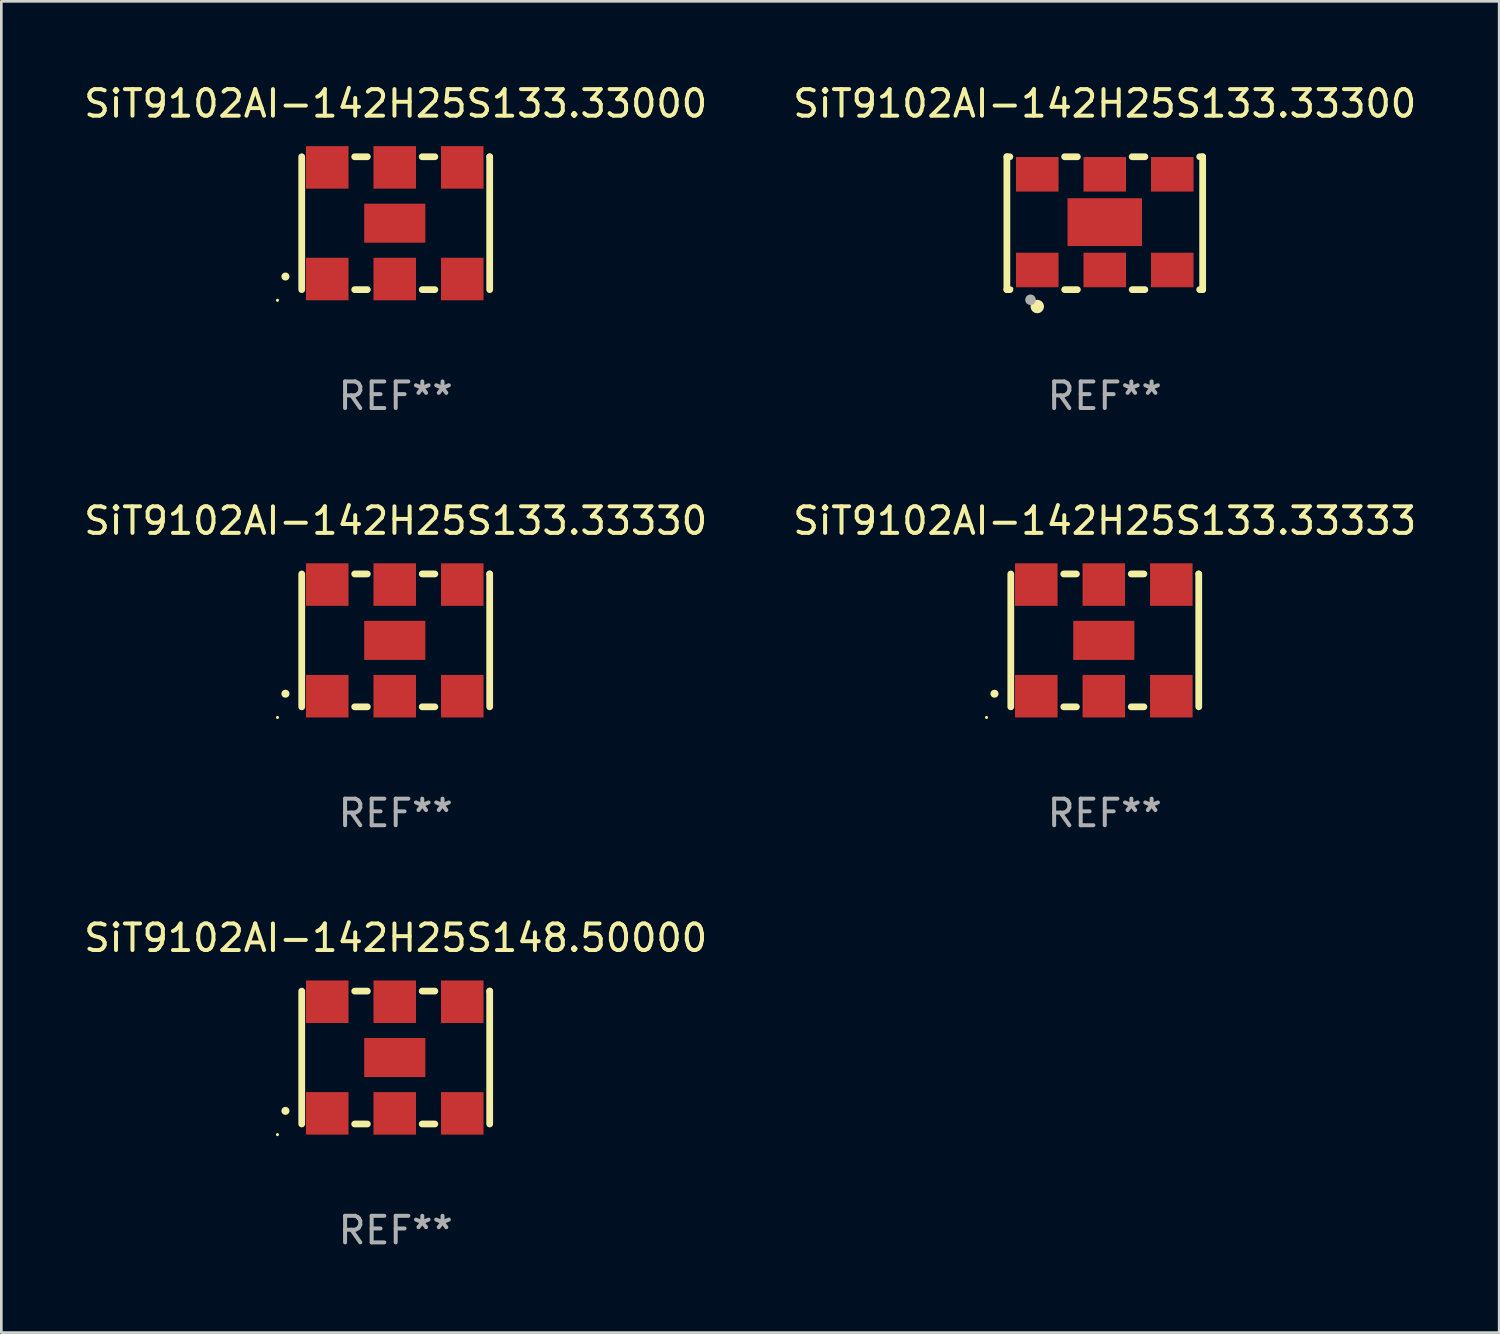
<source format=kicad_pcb>
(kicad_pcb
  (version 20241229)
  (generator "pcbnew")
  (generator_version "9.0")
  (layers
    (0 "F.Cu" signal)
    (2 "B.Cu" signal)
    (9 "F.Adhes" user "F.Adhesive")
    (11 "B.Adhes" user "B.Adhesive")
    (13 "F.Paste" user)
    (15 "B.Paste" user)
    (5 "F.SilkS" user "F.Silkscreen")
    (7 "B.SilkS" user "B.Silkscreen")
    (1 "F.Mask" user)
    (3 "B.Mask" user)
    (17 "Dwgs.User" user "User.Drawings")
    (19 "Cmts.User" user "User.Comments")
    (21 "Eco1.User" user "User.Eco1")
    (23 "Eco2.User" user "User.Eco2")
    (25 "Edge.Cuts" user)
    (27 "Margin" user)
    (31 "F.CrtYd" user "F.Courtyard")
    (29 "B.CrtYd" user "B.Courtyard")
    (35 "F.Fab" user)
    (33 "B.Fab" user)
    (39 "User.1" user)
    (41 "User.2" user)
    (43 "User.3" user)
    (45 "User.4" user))
  (footprint "SiT9102AI-142H25S133.33300"
    (layer "F.Cu")
    (at 38.518 5.348)
    (property "Reference" "SiT9102AI-142H25S133.33300" (at 0 -4.5 0) (layer "F.SilkS") (effects (font (size 1 1) (thickness 0.15))))
    (attr through_hole)
    (fp_line (start -3.683 -2.5) (end -3.571 -2.5) (stroke (width 0.254) (type solid)) (layer "F.SilkS"))
    (fp_line (start -3.683 2.5) (end -3.683 -2.5) (stroke (width 0.254) (type solid)) (layer "F.SilkS"))
    (fp_line (start -3.683 2.5) (end -3.571 2.5) (stroke (width 0.254) (type solid)) (layer "F.SilkS"))
    (fp_line (start -1.509 -2.5) (end -1.031 -2.5) (stroke (width 0.254) (type solid)) (layer "F.SilkS"))
    (fp_line (start -1.509 2.5) (end -1.031 2.5) (stroke (width 0.254) (type solid)) (layer "F.SilkS"))
    (fp_line (start 1.031 -2.5) (end 1.509 -2.5) (stroke (width 0.254) (type solid)) (layer "F.SilkS"))
    (fp_line (start 1.031 2.5) (end 1.509 2.5) (stroke (width 0.254) (type solid)) (layer "F.SilkS"))
    (fp_line (start 3.571 -2.5) (end 3.683 -2.5) (stroke (width 0.254) (type solid)) (layer "F.SilkS"))
    (fp_line (start 3.571 2.5) (end 3.683 2.5) (stroke (width 0.254) (type solid)) (layer "F.SilkS"))
    (fp_line (start 3.683 2.5) (end 3.683 -2.5) (stroke (width 0.254) (type solid)) (layer "F.SilkS"))
    (fp_circle (center -3.5 2.46) (end -3.47 2.46) (stroke (width 0.06) (type solid)) (fill no) (layer "F.SilkS"))
    (fp_circle (center -2.54 3.135) (end -2.413 3.135) (stroke (width 0.254) (type solid)) (fill no) (layer "F.SilkS"))
    (fp_circle (center -2.794 2.881) (end -2.694 2.881) (stroke (width 0.2) (type solid)) (fill no) (layer "F.Fab"))
    (fp_text user "REF**" (at 0 6.5 0) (layer "F.Fab") (effects (font (size 1 1) (thickness 0.15))))
    (pad "1" smd rect (at -2.54 1.76) (size 1.6 1.3) (layers "F.Cu" "F.Mask" "F.Paste"))
    (pad "2" smd rect (at 0 1.76) (size 1.6 1.3) (layers "F.Cu" "F.Mask" "F.Paste"))
    (pad "3" smd rect (at 2.54 1.76) (size 1.6 1.3) (layers "F.Cu" "F.Mask" "F.Paste"))
    (pad "4" smd rect (at 2.54 -1.84) (size 1.6 1.3) (layers "F.Cu" "F.Mask" "F.Paste"))
    (pad "5" smd rect (at 0 -1.84) (size 1.6 1.3) (layers "F.Cu" "F.Mask" "F.Paste"))
    (pad "6" smd rect (at -2.54 -1.84) (size 1.6 1.3) (layers "F.Cu" "F.Mask" "F.Paste"))
    (pad "7" smd rect (at 0 -0.04) (size 2.8 1.8) (layers "F.Cu" "F.Mask" "F.Paste")))
  (footprint "SiT9102AI-142H25S133.33333"
    (layer "F.Cu")
    (at 38.518 21.045)
    (property "Reference" "SiT9102AI-142H25S133.33333" (at 0 -4.5 0) (layer "F.SilkS") (effects (font (size 1 1) (thickness 0.15))))
    (attr through_hole)
    (fp_line (start -3.536 -2.5) (end -3.536 2.5) (stroke (width 0.254) (type solid)) (layer "F.SilkS"))
    (fp_line (start -1.544 2.5) (end -1.067 2.5) (stroke (width 0.254) (type solid)) (layer "F.SilkS"))
    (fp_line (start -1.067 -2.5) (end -1.544 -2.5) (stroke (width 0.254) (type solid)) (layer "F.SilkS"))
    (fp_line (start 0.996 2.5) (end 1.473 2.5) (stroke (width 0.254) (type solid)) (layer "F.SilkS"))
    (fp_line (start 1.473 -2.5) (end 0.996 -2.5) (stroke (width 0.254) (type solid)) (layer "F.SilkS"))
    (fp_line (start 3.536 -2.5) (end 3.536 -2.5) (stroke (width 0.254) (type solid)) (layer "F.SilkS"))
    (fp_line (start 3.536 2.5) (end 3.536 -2.5) (stroke (width 0.254) (type solid)) (layer "F.SilkS"))
    (fp_arc (start -4.150432 2.006604) (mid -4.149162 2.006599) (end -4.147892 2.006604) (stroke (width 0.3) (type solid)) (layer "F.SilkS"))
    (fp_circle (center -4.449 2.9) (end -4.419 2.9) (stroke (width 0.06) (type solid)) (fill no) (layer "F.SilkS"))
    (fp_text user "REF**" (at 0 6.5 0) (layer "F.Fab") (effects (font (size 1 1) (thickness 0.15))))
    (pad "1" smd rect (at -2.576 2.1) (size 1.6 1.6) (layers "F.Cu" "F.Mask" "F.Paste"))
    (pad "2" smd rect (at -0.036 2.1) (size 1.6 1.6) (layers "F.Cu" "F.Mask" "F.Paste"))
    (pad "3" smd rect (at 2.504 2.1) (size 1.6 1.6) (layers "F.Cu" "F.Mask" "F.Paste"))
    (pad "4" smd rect (at 2.504 -2.1) (size 1.6 1.6) (layers "F.Cu" "F.Mask" "F.Paste"))
    (pad "5" smd rect (at -0.036 -2.1) (size 1.6 1.6) (layers "F.Cu" "F.Mask" "F.Paste"))
    (pad "6" smd rect (at -2.576 -2.1) (size 1.6 1.6) (layers "F.Cu" "F.Mask" "F.Paste"))
    (pad "7" smd rect (at -0.036 0) (size 2.3 1.47) (layers "F.Cu" "F.Mask" "F.Paste")))
  (footprint "SiT9102AI-142H25S133.33330"
    (layer "F.Cu")
    (at 11.839 21.045)
    (property "Reference" "SiT9102AI-142H25S133.33330" (at 0 -4.5 0) (layer "F.SilkS") (effects (font (size 1 1) (thickness 0.15))))
    (attr through_hole)
    (fp_line (start -3.536 -2.5) (end -3.536 2.5) (stroke (width 0.254) (type solid)) (layer "F.SilkS"))
    (fp_line (start -1.544 2.5) (end -1.067 2.5) (stroke (width 0.254) (type solid)) (layer "F.SilkS"))
    (fp_line (start -1.067 -2.5) (end -1.544 -2.5) (stroke (width 0.254) (type solid)) (layer "F.SilkS"))
    (fp_line (start 0.996 2.5) (end 1.473 2.5) (stroke (width 0.254) (type solid)) (layer "F.SilkS"))
    (fp_line (start 1.473 -2.5) (end 0.996 -2.5) (stroke (width 0.254) (type solid)) (layer "F.SilkS"))
    (fp_line (start 3.536 -2.5) (end 3.536 -2.5) (stroke (width 0.254) (type solid)) (layer "F.SilkS"))
    (fp_line (start 3.536 2.5) (end 3.536 -2.5) (stroke (width 0.254) (type solid)) (layer "F.SilkS"))
    (fp_arc (start -4.150432 2.006604) (mid -4.149162 2.006599) (end -4.147892 2.006604) (stroke (width 0.3) (type solid)) (layer "F.SilkS"))
    (fp_circle (center -4.449 2.9) (end -4.419 2.9) (stroke (width 0.06) (type solid)) (fill no) (layer "F.SilkS"))
    (fp_text user "REF**" (at 0 6.5 0) (layer "F.Fab") (effects (font (size 1 1) (thickness 0.15))))
    (pad "1" smd rect (at -2.576 2.1) (size 1.6 1.6) (layers "F.Cu" "F.Mask" "F.Paste"))
    (pad "2" smd rect (at -0.036 2.1) (size 1.6 1.6) (layers "F.Cu" "F.Mask" "F.Paste"))
    (pad "3" smd rect (at 2.504 2.1) (size 1.6 1.6) (layers "F.Cu" "F.Mask" "F.Paste"))
    (pad "4" smd rect (at 2.504 -2.1) (size 1.6 1.6) (layers "F.Cu" "F.Mask" "F.Paste"))
    (pad "5" smd rect (at -0.036 -2.1) (size 1.6 1.6) (layers "F.Cu" "F.Mask" "F.Paste"))
    (pad "6" smd rect (at -2.576 -2.1) (size 1.6 1.6) (layers "F.Cu" "F.Mask" "F.Paste"))
    (pad "7" smd rect (at -0.036 0) (size 2.3 1.47) (layers "F.Cu" "F.Mask" "F.Paste")))
  (footprint "SiT9102AI-142H25S148.50000"
    (layer "F.Cu")
    (at 11.839 36.741)
    (property "Reference" "SiT9102AI-142H25S148.50000" (at 0 -4.5 0) (layer "F.SilkS") (effects (font (size 1 1) (thickness 0.15))))
    (attr through_hole)
    (fp_line (start -3.536 -2.5) (end -3.536 2.5) (stroke (width 0.254) (type solid)) (layer "F.SilkS"))
    (fp_line (start -1.544 2.5) (end -1.067 2.5) (stroke (width 0.254) (type solid)) (layer "F.SilkS"))
    (fp_line (start -1.067 -2.5) (end -1.544 -2.5) (stroke (width 0.254) (type solid)) (layer "F.SilkS"))
    (fp_line (start 0.996 2.5) (end 1.473 2.5) (stroke (width 0.254) (type solid)) (layer "F.SilkS"))
    (fp_line (start 1.473 -2.5) (end 0.996 -2.5) (stroke (width 0.254) (type solid)) (layer "F.SilkS"))
    (fp_line (start 3.536 -2.5) (end 3.536 -2.5) (stroke (width 0.254) (type solid)) (layer "F.SilkS"))
    (fp_line (start 3.536 2.5) (end 3.536 -2.5) (stroke (width 0.254) (type solid)) (layer "F.SilkS"))
    (fp_arc (start -4.150432 2.006604) (mid -4.149162 2.006599) (end -4.147892 2.006604) (stroke (width 0.3) (type solid)) (layer "F.SilkS"))
    (fp_circle (center -4.449 2.9) (end -4.419 2.9) (stroke (width 0.06) (type solid)) (fill no) (layer "F.SilkS"))
    (fp_text user "REF**" (at 0 6.5 0) (layer "F.Fab") (effects (font (size 1 1) (thickness 0.15))))
    (pad "1" smd rect (at -2.576 2.1) (size 1.6 1.6) (layers "F.Cu" "F.Mask" "F.Paste"))
    (pad "2" smd rect (at -0.036 2.1) (size 1.6 1.6) (layers "F.Cu" "F.Mask" "F.Paste"))
    (pad "3" smd rect (at 2.504 2.1) (size 1.6 1.6) (layers "F.Cu" "F.Mask" "F.Paste"))
    (pad "4" smd rect (at 2.504 -2.1) (size 1.6 1.6) (layers "F.Cu" "F.Mask" "F.Paste"))
    (pad "5" smd rect (at -0.036 -2.1) (size 1.6 1.6) (layers "F.Cu" "F.Mask" "F.Paste"))
    (pad "6" smd rect (at -2.576 -2.1) (size 1.6 1.6) (layers "F.Cu" "F.Mask" "F.Paste"))
    (pad "7" smd rect (at -0.036 0) (size 2.3 1.47) (layers "F.Cu" "F.Mask" "F.Paste")))
  (footprint "SiT9102AI-142H25S133.33000"
    (layer "F.Cu")
    (at 11.839 5.348)
    (property "Reference" "SiT9102AI-142H25S133.33000" (at 0 -4.5 0) (layer "F.SilkS") (effects (font (size 1 1) (thickness 0.15))))
    (attr through_hole)
    (fp_line (start -3.536 -2.5) (end -3.536 2.5) (stroke (width 0.254) (type solid)) (layer "F.SilkS"))
    (fp_line (start -1.544 2.5) (end -1.067 2.5) (stroke (width 0.254) (type solid)) (layer "F.SilkS"))
    (fp_line (start -1.067 -2.5) (end -1.544 -2.5) (stroke (width 0.254) (type solid)) (layer "F.SilkS"))
    (fp_line (start 0.996 2.5) (end 1.473 2.5) (stroke (width 0.254) (type solid)) (layer "F.SilkS"))
    (fp_line (start 1.473 -2.5) (end 0.996 -2.5) (stroke (width 0.254) (type solid)) (layer "F.SilkS"))
    (fp_line (start 3.536 -2.5) (end 3.536 -2.5) (stroke (width 0.254) (type solid)) (layer "F.SilkS"))
    (fp_line (start 3.536 2.5) (end 3.536 -2.5) (stroke (width 0.254) (type solid)) (layer "F.SilkS"))
    (fp_arc (start -4.150432 2.006604) (mid -4.149162 2.006599) (end -4.147892 2.006604) (stroke (width 0.3) (type solid)) (layer "F.SilkS"))
    (fp_circle (center -4.449 2.9) (end -4.419 2.9) (stroke (width 0.06) (type solid)) (fill no) (layer "F.SilkS"))
    (fp_text user "REF**" (at 0 6.5 0) (layer "F.Fab") (effects (font (size 1 1) (thickness 0.15))))
    (pad "1" smd rect (at -2.576 2.1) (size 1.6 1.6) (layers "F.Cu" "F.Mask" "F.Paste"))
    (pad "2" smd rect (at -0.036 2.1) (size 1.6 1.6) (layers "F.Cu" "F.Mask" "F.Paste"))
    (pad "3" smd rect (at 2.504 2.1) (size 1.6 1.6) (layers "F.Cu" "F.Mask" "F.Paste"))
    (pad "4" smd rect (at 2.504 -2.1) (size 1.6 1.6) (layers "F.Cu" "F.Mask" "F.Paste"))
    (pad "5" smd rect (at -0.036 -2.1) (size 1.6 1.6) (layers "F.Cu" "F.Mask" "F.Paste"))
    (pad "6" smd rect (at -2.576 -2.1) (size 1.6 1.6) (layers "F.Cu" "F.Mask" "F.Paste"))
    (pad "7" smd rect (at -0.036 0) (size 2.3 1.47) (layers "F.Cu" "F.Mask" "F.Paste")))
  (gr_rect
    (start -3 -3)
    (end 53.357 47.09)
    (stroke (width 0.1) (type default))
    (fill no)
    (layer "Edge.Cuts")))
</source>
